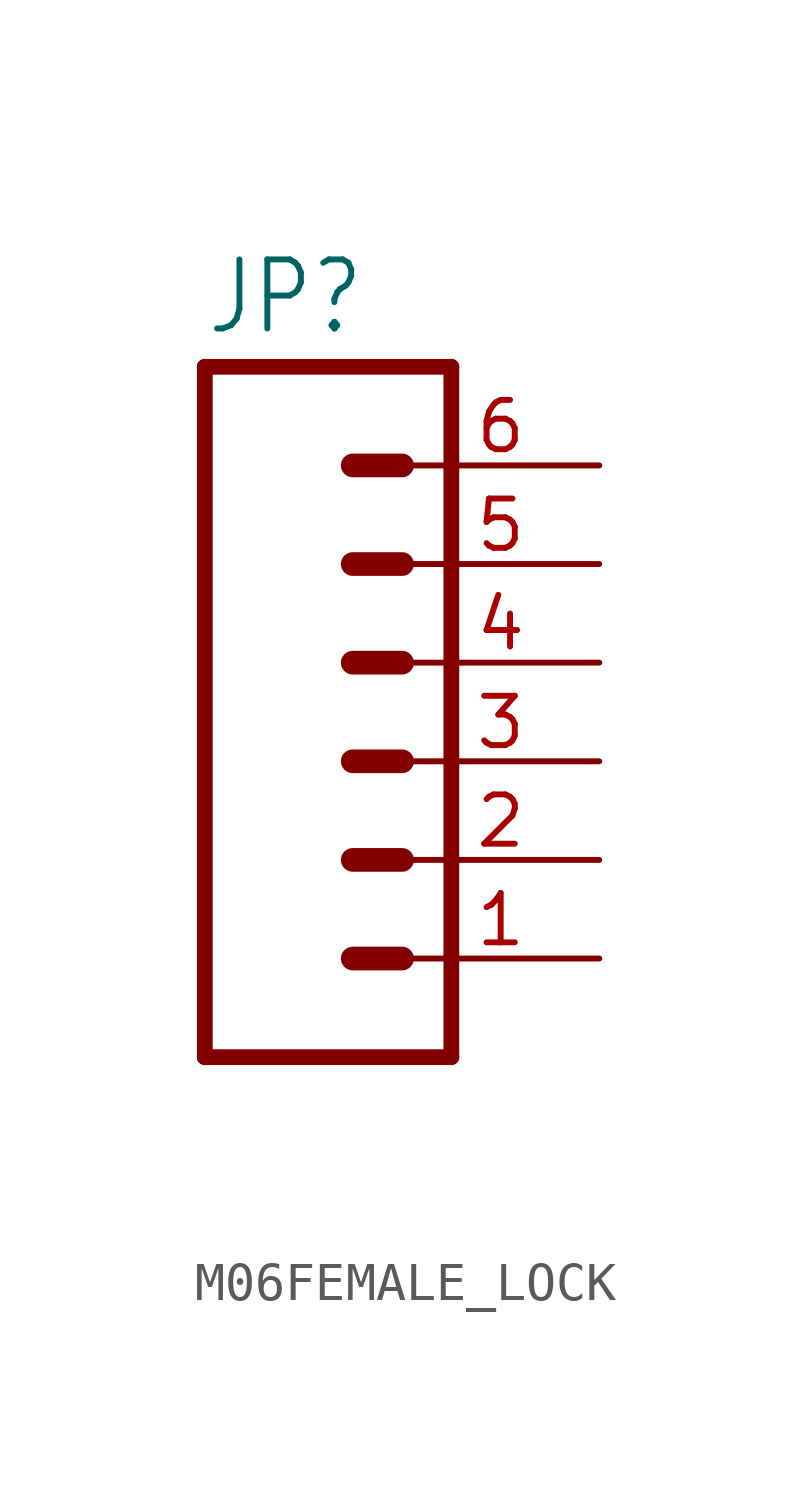
<source format=kicad_sym>
(kicad_symbol_lib
  (version 20231120)
  (generator "kicad_symbol_editor")
  (generator_version "8.0")
  (symbol "M06FEMALE_LOCK"
    (property "Reference" "JP"
      (at -5.08 10.922 0)
      (effects (font (size 1.778 1.511)) (justify left bottom)))
    (property "Value" ""
      (at -5.08 -10.16 0)
      (effects (font (size 1.778 1.511)) (justify left bottom)))
    (property "ki_locked" ""
      (at 0 0 0)
      (effects (font (size 1.27 1.27))))
    (symbol "M06FEMALE_LOCK_1_0"
      (polyline (pts (xy -5.08 10.16) (xy -5.08 -7.62)) (stroke (width 0.406) (type solid)) (fill (type none)))
      (polyline (pts (xy -5.08 10.16) (xy 1.27 10.16)) (stroke (width 0.406) (type solid)) (fill (type none)))
      (polyline (pts (xy -1.27 -5.08) (xy 0 -5.08)) (stroke (width 0.61) (type solid)) (fill (type none)))
      (polyline (pts (xy -1.27 -2.54) (xy 0 -2.54)) (stroke (width 0.61) (type solid)) (fill (type none)))
      (polyline (pts (xy -1.27 0) (xy 0 0)) (stroke (width 0.61) (type solid)) (fill (type none)))
      (polyline (pts (xy -1.27 2.54) (xy 0 2.54)) (stroke (width 0.61) (type solid)) (fill (type none)))
      (polyline (pts (xy -1.27 5.08) (xy 0 5.08)) (stroke (width 0.61) (type solid)) (fill (type none)))
      (polyline (pts (xy -1.27 7.62) (xy 0 7.62)) (stroke (width 0.61) (type solid)) (fill (type none)))
      (polyline (pts (xy 1.27 -7.62) (xy -5.08 -7.62)) (stroke (width 0.406) (type solid)) (fill (type none)))
      (polyline (pts (xy 1.27 -7.62) (xy 1.27 10.16)) (stroke (width 0.406) (type solid)) (fill (type none)))
      (pin passive line (at 5.08 -5.08 180) (length 5.08) (name "1" (effects (font (size 0 0)))) (number "1" (effects (font (size 1.27 1.27)))))
      (pin passive line (at 5.08 -2.54 180) (length 5.08) (name "2" (effects (font (size 0 0)))) (number "2" (effects (font (size 1.27 1.27)))))
      (pin passive line (at 5.08 0 180) (length 5.08) (name "3" (effects (font (size 0 0)))) (number "3" (effects (font (size 1.27 1.27)))))
      (pin passive line (at 5.08 2.54 180) (length 5.08) (name "4" (effects (font (size 0 0)))) (number "4" (effects (font (size 1.27 1.27)))))
      (pin passive line (at 5.08 5.08 180) (length 5.08) (name "5" (effects (font (size 0 0)))) (number "5" (effects (font (size 1.27 1.27)))))
      (pin passive line (at 5.08 7.62 180) (length 5.08) (name "6" (effects (font (size 0 0)))) (number "6" (effects (font (size 1.27 1.27))))))))
</source>
